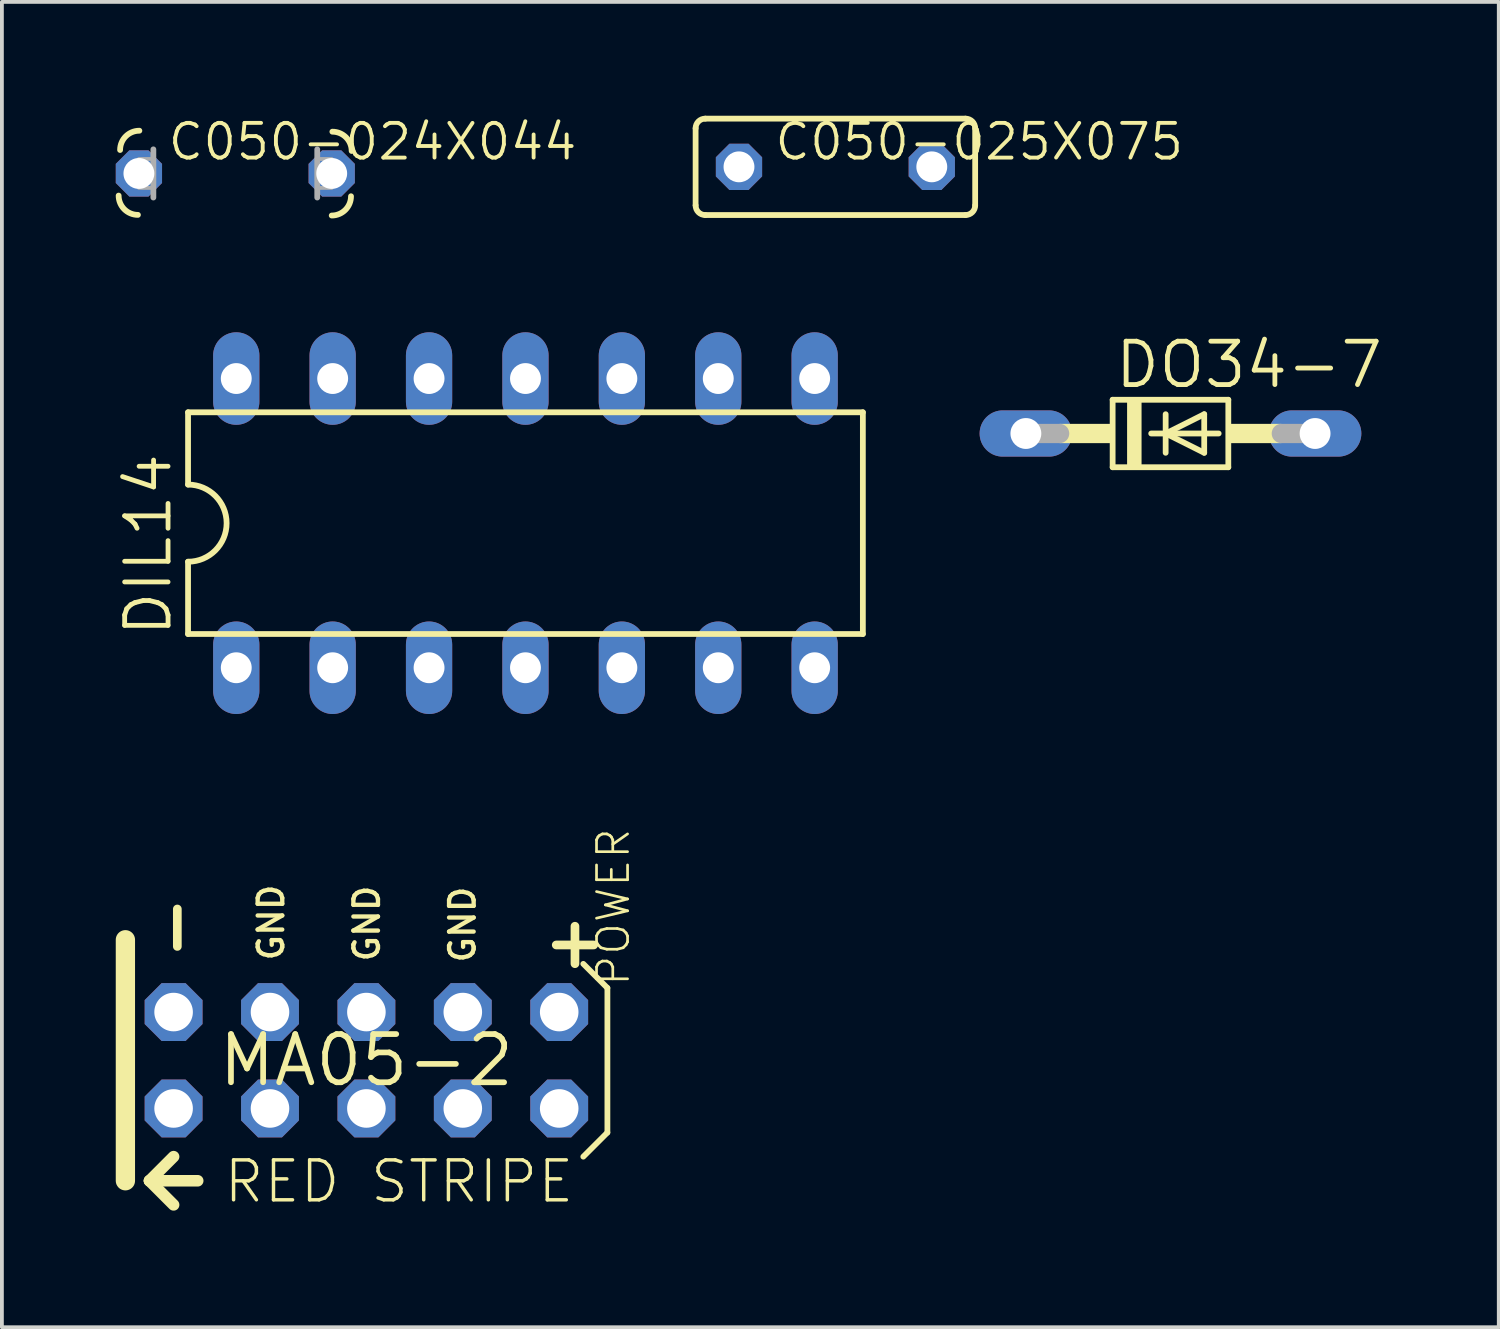
<source format=kicad_pcb>
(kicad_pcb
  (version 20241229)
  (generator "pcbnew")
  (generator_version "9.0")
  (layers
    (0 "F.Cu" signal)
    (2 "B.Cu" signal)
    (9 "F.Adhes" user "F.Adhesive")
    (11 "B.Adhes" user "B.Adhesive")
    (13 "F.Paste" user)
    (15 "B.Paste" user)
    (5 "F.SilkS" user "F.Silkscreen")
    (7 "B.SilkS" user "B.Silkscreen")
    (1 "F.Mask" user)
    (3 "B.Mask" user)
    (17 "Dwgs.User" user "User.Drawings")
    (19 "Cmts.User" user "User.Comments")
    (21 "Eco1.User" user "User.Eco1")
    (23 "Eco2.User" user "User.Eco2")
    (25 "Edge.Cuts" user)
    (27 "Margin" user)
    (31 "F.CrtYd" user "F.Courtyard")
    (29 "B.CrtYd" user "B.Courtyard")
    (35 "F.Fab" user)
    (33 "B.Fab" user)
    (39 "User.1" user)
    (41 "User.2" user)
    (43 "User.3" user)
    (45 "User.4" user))
  (footprint "DO34-7"
    (layer "F.Cu")
    (at 27.79 8.372)
    (property "Reference" "DO34-7" (at -1.524 -1.143 0) (layer "F.SilkS") (effects (font (size 1.143 1.143) (thickness 0.127)) (justify left bottom)))
    (fp_line (start -1.524 -0.889) (end -1.524 0.889) (stroke (width 0.152) (type solid)) (layer "F.SilkS"))
    (fp_line (start -1.524 0.889) (end 1.524 0.889) (stroke (width 0.152) (type solid)) (layer "F.SilkS"))
    (fp_line (start -0.508 0) (end -0.127 0) (stroke (width 0.152) (type solid)) (layer "F.SilkS"))
    (fp_line (start -0.127 -0.508) (end -0.127 0) (stroke (width 0.152) (type solid)) (layer "F.SilkS"))
    (fp_line (start -0.127 0) (end -0.127 0.508) (stroke (width 0.152) (type solid)) (layer "F.SilkS"))
    (fp_line (start -0.127 0) (end 0.889 -0.508) (stroke (width 0.152) (type solid)) (layer "F.SilkS"))
    (fp_line (start -0.127 0) (end 1.27 0) (stroke (width 0.152) (type solid)) (layer "F.SilkS"))
    (fp_line (start 0.889 -0.508) (end 0.889 0.508) (stroke (width 0.152) (type solid)) (layer "F.SilkS"))
    (fp_line (start 0.889 0.508) (end -0.127 0) (stroke (width 0.152) (type solid)) (layer "F.SilkS"))
    (fp_line (start 1.524 -0.889) (end -1.524 -0.889) (stroke (width 0.152) (type solid)) (layer "F.SilkS"))
    (fp_line (start 1.524 0.889) (end 1.524 -0.889) (stroke (width 0.152) (type solid)) (layer "F.SilkS"))
    (fp_poly (pts (xy -2.921 0.254) (xy -1.524 0.254) (xy -1.524 -0.254) (xy -2.921 -0.254)) (stroke (width 0) (type default)) (fill yes) (layer "F.SilkS"))
    (fp_poly (pts (xy -1.143 0.889) (xy -0.762 0.889) (xy -0.762 -0.889) (xy -1.143 -0.889)) (stroke (width 0) (type default)) (fill yes) (layer "F.SilkS"))
    (fp_poly (pts (xy 1.524 0.254) (xy 2.921 0.254) (xy 2.921 -0.254) (xy 1.524 -0.254)) (stroke (width 0) (type default)) (fill yes) (layer "F.SilkS"))
    (fp_line (start -3.81 0) (end -2.921 0) (stroke (width 0.508) (type solid)) (layer "F.Fab"))
    (fp_line (start 3.81 0) (end 2.921 0) (stroke (width 0.508) (type solid)) (layer "F.Fab"))
    (pad "A" thru_hole oval (at 3.81 0) (size 2.438 1.219) (drill 0.813) (layers "*.Cu" "*.Mask"))
    (pad "C" thru_hole oval (at -3.81 0) (size 2.438 1.219) (drill 0.813) (layers "*.Cu" "*.Mask")))
  (footprint "DIL14"
    (layer "F.Cu")
    (at 10.795 10.734)
    (property "Reference" "DIL14" (at -9.271 3.048 90) (layer "F.SilkS") (effects (font (size 1.143 1.143) (thickness 0.127)) (justify left bottom)))
    (fp_line (start -8.89 -2.921) (end -8.89 -1.016) (stroke (width 0.152) (type solid)) (layer "F.SilkS"))
    (fp_line (start -8.89 2.921) (end -8.89 1.016) (stroke (width 0.152) (type solid)) (layer "F.SilkS"))
    (fp_line (start -8.89 2.921) (end 8.89 2.921) (stroke (width 0.152) (type solid)) (layer "F.SilkS"))
    (fp_line (start 8.89 -2.921) (end -8.89 -2.921) (stroke (width 0.152) (type solid)) (layer "F.SilkS"))
    (fp_line (start 8.89 -2.921) (end 8.89 2.921) (stroke (width 0.152) (type solid)) (layer "F.SilkS"))
    (fp_arc (start -8.89 -1.016) (mid -7.874 0) (end -8.89 1.016) (stroke (width 0.1524) (type solid)) (layer "F.SilkS"))
    (pad "1" thru_hole oval (at -7.62 3.81 90) (size 2.438 1.219) (drill 0.813) (layers "*.Cu" "*.Mask"))
    (pad "2" thru_hole oval (at -5.08 3.81 90) (size 2.438 1.219) (drill 0.813) (layers "*.Cu" "*.Mask"))
    (pad "3" thru_hole oval (at -2.54 3.81 90) (size 2.438 1.219) (drill 0.813) (layers "*.Cu" "*.Mask"))
    (pad "4" thru_hole oval (at 0 3.81 90) (size 2.438 1.219) (drill 0.813) (layers "*.Cu" "*.Mask"))
    (pad "5" thru_hole oval (at 2.54 3.81 90) (size 2.438 1.219) (drill 0.813) (layers "*.Cu" "*.Mask"))
    (pad "6" thru_hole oval (at 5.08 3.81 90) (size 2.438 1.219) (drill 0.813) (layers "*.Cu" "*.Mask"))
    (pad "7" thru_hole oval (at 7.62 3.81 90) (size 2.438 1.219) (drill 0.813) (layers "*.Cu" "*.Mask"))
    (pad "8" thru_hole oval (at 7.62 -3.81 90) (size 2.438 1.219) (drill 0.813) (layers "*.Cu" "*.Mask"))
    (pad "9" thru_hole oval (at 5.08 -3.81 90) (size 2.438 1.219) (drill 0.813) (layers "*.Cu" "*.Mask"))
    (pad "10" thru_hole oval (at 2.54 -3.81 90) (size 2.438 1.219) (drill 0.813) (layers "*.Cu" "*.Mask"))
    (pad "11" thru_hole oval (at 0 -3.81 90) (size 2.438 1.219) (drill 0.813) (layers "*.Cu" "*.Mask"))
    (pad "12" thru_hole oval (at -2.54 -3.81 90) (size 2.438 1.219) (drill 0.813) (layers "*.Cu" "*.Mask"))
    (pad "13" thru_hole oval (at -5.08 -3.81 90) (size 2.438 1.219) (drill 0.813) (layers "*.Cu" "*.Mask"))
    (pad "14" thru_hole oval (at -7.62 -3.81 90) (size 2.438 1.219) (drill 0.813) (layers "*.Cu" "*.Mask")))
  (footprint "C050-024X044"
    (layer "F.Cu")
    (at 3.15 1.52)
    (property "Reference" "C050-024X044" (at -1.826 -0.301 0) (layer "F.SilkS") (effects (font (size 0.914 0.914) (thickness 0.102)) (justify left bottom)))
    (fp_arc (start -3.035656 -0.617875) (mid -2.886866 -0.977085) (end -2.527656 -1.125875) (stroke (width 0.1524) (type solid)) (layer "F.SilkS"))
    (fp_arc (start -2.565943 1.091625) (mid -2.925153 0.942835) (end -3.073943 0.583625) (stroke (width 0.1524) (type solid)) (layer "F.SilkS"))
    (fp_arc (start 2.557393 -1.10019) (mid 2.916603 -0.9514) (end 3.065393 -0.59219) (stroke (width 0.1524) (type solid)) (layer "F.SilkS"))
    (fp_arc (start 3.048293 0.600753) (mid 2.899503 0.959963) (end 2.540293 1.108753) (stroke (width 0.1524) (type solid)) (layer "F.SilkS"))
    (fp_line (start -2.159 0.635) (end -2.159 -0.635) (stroke (width 0.152) (type solid)) (layer "F.Fab"))
    (fp_line (start 2.159 0.635) (end 2.159 -0.635) (stroke (width 0.152) (type solid)) (layer "F.Fab"))
    (fp_poly (pts (xy -2.54 0.381) (xy -2.159 0.381) (xy -2.159 -0.381) (xy -2.54 -0.381)) (stroke (width 0.1) (type default)) (fill no) (layer "F.Fab"))
    (fp_poly (pts (xy 2.159 0.381) (xy 2.54 0.381) (xy 2.54 -0.381) (xy 2.159 -0.381)) (stroke (width 0.1) (type default)) (fill no) (layer "F.Fab"))
    (pad "1" thru_hole roundrect (at -2.54 0) (size 1.219 1.219) (drill 0.813) (layers "*.Cu" "*.Mask") (roundrect_rratio 0.25) (chamfer_ratio 0.293) (chamfer top_left top_right bottom_left bottom_right))
    (pad "2" thru_hole roundrect (at 2.54 0) (size 1.219 1.219) (drill 0.813) (layers "*.Cu" "*.Mask") (roundrect_rratio 0.25) (chamfer_ratio 0.293) (chamfer top_left top_right bottom_left bottom_right)))
  (footprint "C050-025X075"
    (layer "F.Cu")
    (at 18.961 1.346)
    (property "Reference" "C050-025X075" (at -1.651 -0.127 0) (layer "F.SilkS") (effects (font (size 0.914 0.914) (thickness 0.102)) (justify left bottom)))
    (fp_line (start -3.683 -1.016) (end -3.683 1.016) (stroke (width 0.152) (type solid)) (layer "F.SilkS"))
    (fp_line (start -3.429 1.27) (end 3.429 1.27) (stroke (width 0.152) (type solid)) (layer "F.SilkS"))
    (fp_line (start 3.429 -1.27) (end -3.429 -1.27) (stroke (width 0.152) (type solid)) (layer "F.SilkS"))
    (fp_line (start 3.683 1.016) (end 3.683 -1.016) (stroke (width 0.152) (type solid)) (layer "F.SilkS"))
    (fp_arc (start -3.683 -1.016) (mid -3.608605 -1.195605) (end -3.429 -1.27) (stroke (width 0.1524) (type solid)) (layer "F.SilkS"))
    (fp_arc (start -3.429 1.27) (mid -3.608605 1.195605) (end -3.683 1.016) (stroke (width 0.1524) (type solid)) (layer "F.SilkS"))
    (fp_arc (start 3.429 -1.27) (mid 3.608605 -1.195605) (end 3.683 -1.016) (stroke (width 0.1524) (type solid)) (layer "F.SilkS"))
    (fp_arc (start 3.683 1.016) (mid 3.608605 1.195605) (end 3.429 1.27) (stroke (width 0.1524) (type solid)) (layer "F.SilkS"))
    (pad "1" thru_hole roundrect (at -2.54 0) (size 1.219 1.219) (drill 0.813) (layers "*.Cu" "*.Mask") (roundrect_rratio 0.25) (chamfer_ratio 0.293) (chamfer top_left top_right bottom_left bottom_right))
    (pad "2" thru_hole roundrect (at 2.54 0) (size 1.219 1.219) (drill 0.813) (layers "*.Cu" "*.Mask") (roundrect_rratio 0.25) (chamfer_ratio 0.293) (chamfer top_left top_right bottom_left bottom_right)))
  (footprint "MA05-2"
    (layer "F.Cu")
    (at 6.604 24.886)
    (property "Reference" "MA05-2" (at 0 0 0) (layer "F.SilkS") (effects (font (size 1.27 1.27) (thickness 0.15))))
    (fp_line (start -6.35 -3.175) (end -6.35 3.175) (stroke (width 0.508) (type solid)) (layer "F.SilkS"))
    (fp_line (start -5.715 3.175) (end -5.08 3.81) (stroke (width 0.305) (type solid)) (layer "F.SilkS"))
    (fp_line (start -5.08 2.54) (end -5.715 3.175) (stroke (width 0.305) (type solid)) (layer "F.SilkS"))
    (fp_line (start -4.445 3.175) (end -5.715 3.175) (stroke (width 0.305) (type solid)) (layer "F.SilkS"))
    (fp_line (start 5.715 -2.54) (end 6.35 -1.905) (stroke (width 0.152) (type solid)) (layer "F.SilkS"))
    (fp_line (start 6.35 -1.905) (end 6.35 1.905) (stroke (width 0.152) (type solid)) (layer "F.SilkS"))
    (fp_line (start 6.35 1.905) (end 5.715 2.54) (stroke (width 0.152) (type solid)) (layer "F.SilkS"))
    (fp_poly (pts (xy -5.334 -1.016) (xy -4.826 -1.016) (xy -4.826 -1.524) (xy -5.334 -1.524)) (stroke (width 0.1) (type default)) (fill no) (layer "F.Fab"))
    (fp_poly (pts (xy -5.334 1.524) (xy -4.826 1.524) (xy -4.826 1.016) (xy -5.334 1.016)) (stroke (width 0.1) (type default)) (fill no) (layer "F.Fab"))
    (fp_poly (pts (xy -2.794 -1.016) (xy -2.286 -1.016) (xy -2.286 -1.524) (xy -2.794 -1.524)) (stroke (width 0.1) (type default)) (fill no) (layer "F.Fab"))
    (fp_poly (pts (xy -2.794 1.524) (xy -2.286 1.524) (xy -2.286 1.016) (xy -2.794 1.016)) (stroke (width 0.1) (type default)) (fill no) (layer "F.Fab"))
    (fp_poly (pts (xy -0.254 -1.016) (xy 0.254 -1.016) (xy 0.254 -1.524) (xy -0.254 -1.524)) (stroke (width 0.1) (type default)) (fill no) (layer "F.Fab"))
    (fp_poly (pts (xy -0.254 1.524) (xy 0.254 1.524) (xy 0.254 1.016) (xy -0.254 1.016)) (stroke (width 0.1) (type default)) (fill no) (layer "F.Fab"))
    (fp_poly (pts (xy 2.286 -1.016) (xy 2.794 -1.016) (xy 2.794 -1.524) (xy 2.286 -1.524)) (stroke (width 0.1) (type default)) (fill no) (layer "F.Fab"))
    (fp_poly (pts (xy 2.286 1.524) (xy 2.794 1.524) (xy 2.794 1.016) (xy 2.286 1.016)) (stroke (width 0.1) (type default)) (fill no) (layer "F.Fab"))
    (fp_poly (pts (xy 4.826 -1.016) (xy 5.334 -1.016) (xy 5.334 -1.524) (xy 4.826 -1.524)) (stroke (width 0.1) (type default)) (fill no) (layer "F.Fab"))
    (fp_poly (pts (xy 4.826 1.524) (xy 5.334 1.524) (xy 5.334 1.016) (xy 4.826 1.016)) (stroke (width 0.1) (type default)) (fill no) (layer "F.Fab"))
    (fp_text user "RED STRIPE" (at -3.81 3.81 0) (layer "F.SilkS") (effects (font (size 1.052 1.052) (thickness 0.091)) (justify left bottom)))
    (fp_text user "GND" (at -2.132 -2.567 90) (layer "F.SilkS") (effects (font (size 0.648 0.648) (thickness 0.114)) (justify left bottom)))
    (fp_text user "-" (at -4.318 -2.54 90) (layer "F.SilkS") (effects (font (size 1.295 1.295) (thickness 0.229)) (justify left bottom)))
    (fp_text user "+" (at 4.543 -2.374 0) (layer "F.SilkS") (effects (font (size 1.295 1.295) (thickness 0.229)) (justify left bottom)))
    (fp_text user "POWER" (at 6.985 -1.905 270) (layer "F.SilkS") (effects (font (size 0.818 0.818) (thickness 0.071)) (justify left bottom)))
    (fp_text user "GND" (at 0.39 -2.54 90) (layer "F.SilkS") (effects (font (size 0.648 0.648) (thickness 0.114)) (justify left bottom)))
    (fp_text user "GND" (at 2.911 -2.513 90) (layer "F.SilkS") (effects (font (size 0.648 0.648) (thickness 0.114)) (justify left bottom)))
    (pad "1" thru_hole roundrect (at -5.08 1.27) (size 1.524 1.524) (drill 1.016) (layers "*.Cu" "*.Mask") (roundrect_rratio 0.25) (chamfer_ratio 0.293) (chamfer top_left top_right bottom_left bottom_right))
    (pad "2" thru_hole roundrect (at -5.08 -1.27) (size 1.524 1.524) (drill 1.016) (layers "*.Cu" "*.Mask") (roundrect_rratio 0.25) (chamfer_ratio 0.293) (chamfer top_left top_right bottom_left bottom_right))
    (pad "3" thru_hole roundrect (at -2.54 1.27) (size 1.524 1.524) (drill 1.016) (layers "*.Cu" "*.Mask") (roundrect_rratio 0.25) (chamfer_ratio 0.293) (chamfer top_left top_right bottom_left bottom_right))
    (pad "4" thru_hole roundrect (at -2.54 -1.27) (size 1.524 1.524) (drill 1.016) (layers "*.Cu" "*.Mask") (roundrect_rratio 0.25) (chamfer_ratio 0.293) (chamfer top_left top_right bottom_left bottom_right))
    (pad "5" thru_hole roundrect (at 0 1.27) (size 1.524 1.524) (drill 1.016) (layers "*.Cu" "*.Mask") (roundrect_rratio 0.25) (chamfer_ratio 0.293) (chamfer top_left top_right bottom_left bottom_right))
    (pad "6" thru_hole roundrect (at 0 -1.27) (size 1.524 1.524) (drill 1.016) (layers "*.Cu" "*.Mask") (roundrect_rratio 0.25) (chamfer_ratio 0.293) (chamfer top_left top_right bottom_left bottom_right))
    (pad "7" thru_hole roundrect (at 2.54 1.27) (size 1.524 1.524) (drill 1.016) (layers "*.Cu" "*.Mask") (roundrect_rratio 0.25) (chamfer_ratio 0.293) (chamfer top_left top_right bottom_left bottom_right))
    (pad "8" thru_hole roundrect (at 2.54 -1.27) (size 1.524 1.524) (drill 1.016) (layers "*.Cu" "*.Mask") (roundrect_rratio 0.25) (chamfer_ratio 0.293) (chamfer top_left top_right bottom_left bottom_right))
    (pad "9" thru_hole roundrect (at 5.08 1.27) (size 1.524 1.524) (drill 1.016) (layers "*.Cu" "*.Mask") (roundrect_rratio 0.25) (chamfer_ratio 0.293) (chamfer top_left top_right bottom_left bottom_right))
    (pad "10" thru_hole roundrect (at 5.08 -1.27) (size 1.524 1.524) (drill 1.016) (layers "*.Cu" "*.Mask") (roundrect_rratio 0.25) (chamfer_ratio 0.293) (chamfer top_left top_right bottom_left bottom_right)))
  (gr_rect
    (start -3 -3)
    (end 36.44 31.921)
    (stroke (width 0.1) (type default))
    (fill no)
    (layer "Edge.Cuts")))
</source>
